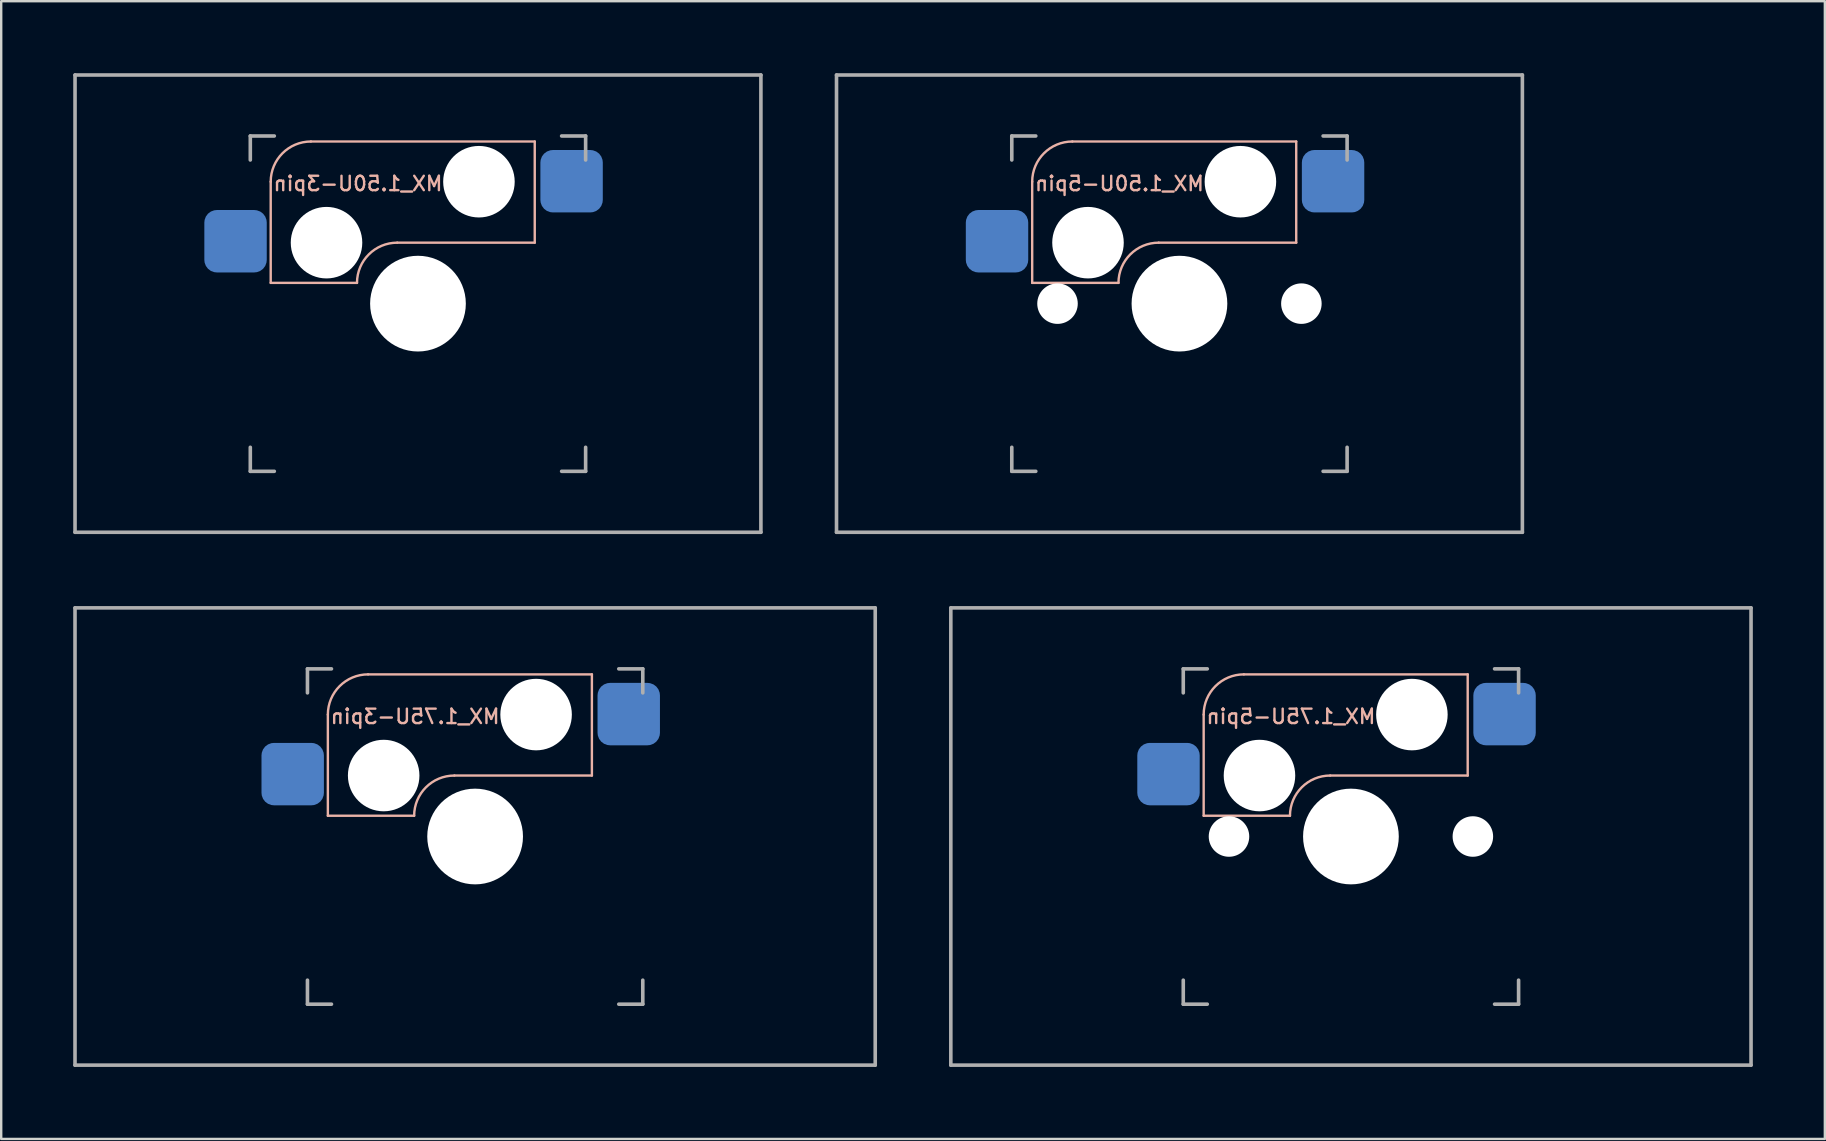
<source format=kicad_pcb>
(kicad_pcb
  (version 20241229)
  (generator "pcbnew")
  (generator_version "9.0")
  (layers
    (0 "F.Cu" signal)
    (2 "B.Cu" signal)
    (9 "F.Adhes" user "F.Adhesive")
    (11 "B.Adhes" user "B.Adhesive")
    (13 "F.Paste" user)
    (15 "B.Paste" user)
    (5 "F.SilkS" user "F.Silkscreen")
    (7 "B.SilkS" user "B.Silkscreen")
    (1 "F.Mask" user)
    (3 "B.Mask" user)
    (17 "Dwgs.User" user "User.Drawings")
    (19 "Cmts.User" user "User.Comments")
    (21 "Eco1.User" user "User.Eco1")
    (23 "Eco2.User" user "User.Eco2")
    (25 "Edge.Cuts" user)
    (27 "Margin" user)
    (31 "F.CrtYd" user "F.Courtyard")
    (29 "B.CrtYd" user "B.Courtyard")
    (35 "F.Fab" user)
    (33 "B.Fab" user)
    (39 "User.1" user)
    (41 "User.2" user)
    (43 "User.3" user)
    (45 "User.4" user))
  (footprint "MX_1.50U-3pin"
    (layer "F.Cu")
    (at 14.363 9.6)
    (property "Reference" "MX_1.50U-3pin" (at -2.5 -5 0) (layer "B.SilkS") (effects (font (size 0.6 0.6) (thickness 0.1)) (justify mirror)))
    (attr smd)
    (fp_line (start -6.135 -5.08) (end -6.135 -0.865) (stroke (width 0.1) (type solid)) (layer "B.SilkS"))
    (fp_line (start -6.135 -0.865) (end -2.54 -0.865) (stroke (width 0.1) (type solid)) (layer "B.SilkS"))
    (fp_line (start -4.46 -6.755) (end 4.865 -6.755) (stroke (width 0.1) (type solid)) (layer "B.SilkS"))
    (fp_line (start -0.865 -2.54) (end 4.865 -2.54) (stroke (width 0.1) (type solid)) (layer "B.SilkS"))
    (fp_line (start 4.865 -6.755) (end 4.865 -2.54) (stroke (width 0.1) (type solid)) (layer "B.SilkS"))
    (fp_arc (start -6.135 -5.08) (mid -5.644404 -6.264404) (end -4.46 -6.755) (stroke (width 0.1) (type solid)) (layer "B.SilkS"))
    (fp_arc (start -2.54 -0.865) (mid -2.049404 -2.049404) (end -0.865 -2.54) (stroke (width 0.1) (type solid)) (layer "B.SilkS"))
    (fp_line (start -6.985 6.985) (end -6.985 -6.985) (stroke (width 0.15) (type solid)) (layer "Eco2.User"))
    (fp_line (start -6.985 6.985) (end 6.985 6.985) (stroke (width 0.15) (type solid)) (layer "Eco2.User"))
    (fp_line (start 6.985 -6.985) (end -6.985 -6.985) (stroke (width 0.15) (type solid)) (layer "Eco2.User"))
    (fp_line (start 6.985 -6.985) (end 6.985 6.985) (stroke (width 0.15) (type solid)) (layer "Eco2.User"))
    (fp_line (start -14.287 -9.525) (end 14.287 -9.525) (stroke (width 0.15) (type solid)) (layer "F.Fab"))
    (fp_line (start -14.287 9.525) (end -14.287 -9.525) (stroke (width 0.15) (type solid)) (layer "F.Fab"))
    (fp_line (start -6.985 -5.985) (end -6.985 -6.985) (stroke (width 0.15) (type solid)) (layer "F.Fab"))
    (fp_line (start -6.985 6.985) (end -6.985 5.985) (stroke (width 0.15) (type solid)) (layer "F.Fab"))
    (fp_line (start -6.985 6.985) (end -5.985 6.985) (stroke (width 0.15) (type solid)) (layer "F.Fab"))
    (fp_line (start -5.985 -6.985) (end -6.985 -6.985) (stroke (width 0.15) (type solid)) (layer "F.Fab"))
    (fp_line (start 5.985 6.985) (end 6.985 6.985) (stroke (width 0.15) (type solid)) (layer "F.Fab"))
    (fp_line (start 6.985 -6.985) (end 5.985 -6.985) (stroke (width 0.15) (type solid)) (layer "F.Fab"))
    (fp_line (start 6.985 -6.985) (end 6.985 -5.985) (stroke (width 0.15) (type solid)) (layer "F.Fab"))
    (fp_line (start 6.985 5.985) (end 6.985 6.985) (stroke (width 0.15) (type solid)) (layer "F.Fab"))
    (fp_line (start 14.287 -9.525) (end 14.287 9.525) (stroke (width 0.15) (type solid)) (layer "F.Fab"))
    (fp_line (start 14.287 9.525) (end -14.287 9.525) (stroke (width 0.15) (type solid)) (layer "F.Fab"))
    (pad "" np_thru_hole circle (at -3.81 -2.54) (size 2.98 2.98) (drill 2.98) (layers "*.Cu" "*.Mask"))
    (pad "" np_thru_hole circle (at 0 0) (size 3.988 3.988) (drill 3.988) (layers "*.Cu" "*.Mask"))
    (pad "" np_thru_hole circle (at 2.54 -5.08) (size 2.98 2.98) (drill 2.98) (layers "*.Cu" "*.Mask"))
    (pad "1" smd roundrect (at 6.4 -5.1) (size 2.6 2.6) (layers "B.Cu" "B.Mask" "B.Paste") (roundrect_rratio 0.2))
    (pad "2" smd roundrect (at -7.6 -2.6) (size 2.6 2.6) (layers "B.Cu" "B.Mask" "B.Paste") (roundrect_rratio 0.2)))
  (footprint "MX_1.50U-5pin"
    (layer "F.Cu")
    (at 46.087 9.6)
    (property "Reference" "MX_1.50U-5pin" (at -2.5 -5 0) (layer "B.SilkS") (effects (font (size 0.6 0.6) (thickness 0.1)) (justify mirror)))
    (attr smd)
    (fp_line (start -6.135 -5.08) (end -6.135 -0.865) (stroke (width 0.1) (type solid)) (layer "B.SilkS"))
    (fp_line (start -6.135 -0.865) (end -2.54 -0.865) (stroke (width 0.1) (type solid)) (layer "B.SilkS"))
    (fp_line (start -4.46 -6.755) (end 4.865 -6.755) (stroke (width 0.1) (type solid)) (layer "B.SilkS"))
    (fp_line (start -0.865 -2.54) (end 4.865 -2.54) (stroke (width 0.1) (type solid)) (layer "B.SilkS"))
    (fp_line (start 4.865 -6.755) (end 4.865 -2.54) (stroke (width 0.1) (type solid)) (layer "B.SilkS"))
    (fp_arc (start -6.135 -5.08) (mid -5.644404 -6.264404) (end -4.46 -6.755) (stroke (width 0.1) (type solid)) (layer "B.SilkS"))
    (fp_arc (start -2.54 -0.865) (mid -2.049404 -2.049404) (end -0.865 -2.54) (stroke (width 0.1) (type solid)) (layer "B.SilkS"))
    (fp_line (start -6.985 6.985) (end -6.985 -6.985) (stroke (width 0.15) (type solid)) (layer "Eco2.User"))
    (fp_line (start -6.985 6.985) (end 6.985 6.985) (stroke (width 0.15) (type solid)) (layer "Eco2.User"))
    (fp_line (start 6.985 -6.985) (end -6.985 -6.985) (stroke (width 0.15) (type solid)) (layer "Eco2.User"))
    (fp_line (start 6.985 -6.985) (end 6.985 6.985) (stroke (width 0.15) (type solid)) (layer "Eco2.User"))
    (fp_line (start -14.287 -9.525) (end 14.287 -9.525) (stroke (width 0.15) (type solid)) (layer "F.Fab"))
    (fp_line (start -14.287 9.525) (end -14.287 -9.525) (stroke (width 0.15) (type solid)) (layer "F.Fab"))
    (fp_line (start -6.985 -5.985) (end -6.985 -6.985) (stroke (width 0.15) (type solid)) (layer "F.Fab"))
    (fp_line (start -6.985 6.985) (end -6.985 5.985) (stroke (width 0.15) (type solid)) (layer "F.Fab"))
    (fp_line (start -6.985 6.985) (end -5.985 6.985) (stroke (width 0.15) (type solid)) (layer "F.Fab"))
    (fp_line (start -5.985 -6.985) (end -6.985 -6.985) (stroke (width 0.15) (type solid)) (layer "F.Fab"))
    (fp_line (start 5.985 6.985) (end 6.985 6.985) (stroke (width 0.15) (type solid)) (layer "F.Fab"))
    (fp_line (start 6.985 -6.985) (end 5.985 -6.985) (stroke (width 0.15) (type solid)) (layer "F.Fab"))
    (fp_line (start 6.985 -6.985) (end 6.985 -5.985) (stroke (width 0.15) (type solid)) (layer "F.Fab"))
    (fp_line (start 6.985 5.985) (end 6.985 6.985) (stroke (width 0.15) (type solid)) (layer "F.Fab"))
    (fp_line (start 14.287 -9.525) (end 14.287 9.525) (stroke (width 0.15) (type solid)) (layer "F.Fab"))
    (fp_line (start 14.287 9.525) (end -14.287 9.525) (stroke (width 0.15) (type solid)) (layer "F.Fab"))
    (pad "" np_thru_hole circle (at -5.08 0) (size 1.688 1.688) (drill 1.688) (layers "*.Cu" "*.Mask"))
    (pad "" np_thru_hole circle (at -3.81 -2.54) (size 2.98 2.98) (drill 2.98) (layers "*.Cu" "*.Mask"))
    (pad "" np_thru_hole circle (at 0 0) (size 3.988 3.988) (drill 3.988) (layers "*.Cu" "*.Mask"))
    (pad "" np_thru_hole circle (at 2.54 -5.08) (size 2.98 2.98) (drill 2.98) (layers "*.Cu" "*.Mask"))
    (pad "" np_thru_hole circle (at 5.08 0) (size 1.688 1.688) (drill 1.688) (layers "*.Cu" "*.Mask"))
    (pad "1" smd roundrect (at 6.4 -5.1) (size 2.6 2.6) (layers "B.Cu" "B.Mask" "B.Paste") (roundrect_rratio 0.2))
    (pad "2" smd roundrect (at -7.6 -2.6) (size 2.6 2.6) (layers "B.Cu" "B.Mask" "B.Paste") (roundrect_rratio 0.2)))
  (footprint "MX_1.75U-5pin"
    (layer "F.Cu")
    (at 53.231 31.8)
    (property "Reference" "MX_1.75U-5pin" (at -2.5 -5 0) (layer "B.SilkS") (effects (font (size 0.6 0.6) (thickness 0.1)) (justify mirror)))
    (attr smd)
    (fp_line (start -6.135 -5.08) (end -6.135 -0.865) (stroke (width 0.1) (type solid)) (layer "B.SilkS"))
    (fp_line (start -6.135 -0.865) (end -2.54 -0.865) (stroke (width 0.1) (type solid)) (layer "B.SilkS"))
    (fp_line (start -4.46 -6.755) (end 4.865 -6.755) (stroke (width 0.1) (type solid)) (layer "B.SilkS"))
    (fp_line (start -0.865 -2.54) (end 4.865 -2.54) (stroke (width 0.1) (type solid)) (layer "B.SilkS"))
    (fp_line (start 4.865 -6.755) (end 4.865 -2.54) (stroke (width 0.1) (type solid)) (layer "B.SilkS"))
    (fp_arc (start -6.135 -5.08) (mid -5.644404 -6.264404) (end -4.46 -6.755) (stroke (width 0.1) (type solid)) (layer "B.SilkS"))
    (fp_arc (start -2.54 -0.865) (mid -2.049404 -2.049404) (end -0.865 -2.54) (stroke (width 0.1) (type solid)) (layer "B.SilkS"))
    (fp_line (start -6.985 6.985) (end -6.985 -6.985) (stroke (width 0.15) (type solid)) (layer "Eco2.User"))
    (fp_line (start -6.985 6.985) (end 6.985 6.985) (stroke (width 0.15) (type solid)) (layer "Eco2.User"))
    (fp_line (start 6.985 -6.985) (end -6.985 -6.985) (stroke (width 0.15) (type solid)) (layer "Eco2.User"))
    (fp_line (start 6.985 -6.985) (end 6.985 6.985) (stroke (width 0.15) (type solid)) (layer "Eco2.User"))
    (fp_line (start -16.669 -9.525) (end 16.669 -9.525) (stroke (width 0.15) (type solid)) (layer "F.Fab"))
    (fp_line (start -16.669 9.525) (end -16.669 -9.525) (stroke (width 0.15) (type solid)) (layer "F.Fab"))
    (fp_line (start -6.985 -5.985) (end -6.985 -6.985) (stroke (width 0.15) (type solid)) (layer "F.Fab"))
    (fp_line (start -6.985 6.985) (end -6.985 5.985) (stroke (width 0.15) (type solid)) (layer "F.Fab"))
    (fp_line (start -6.985 6.985) (end -5.985 6.985) (stroke (width 0.15) (type solid)) (layer "F.Fab"))
    (fp_line (start -5.985 -6.985) (end -6.985 -6.985) (stroke (width 0.15) (type solid)) (layer "F.Fab"))
    (fp_line (start 5.985 6.985) (end 6.985 6.985) (stroke (width 0.15) (type solid)) (layer "F.Fab"))
    (fp_line (start 6.985 -6.985) (end 5.985 -6.985) (stroke (width 0.15) (type solid)) (layer "F.Fab"))
    (fp_line (start 6.985 -6.985) (end 6.985 -5.985) (stroke (width 0.15) (type solid)) (layer "F.Fab"))
    (fp_line (start 6.985 5.985) (end 6.985 6.985) (stroke (width 0.15) (type solid)) (layer "F.Fab"))
    (fp_line (start 16.669 -9.525) (end 16.669 9.525) (stroke (width 0.15) (type solid)) (layer "F.Fab"))
    (fp_line (start 16.669 9.525) (end -16.669 9.525) (stroke (width 0.15) (type solid)) (layer "F.Fab"))
    (pad "" np_thru_hole circle (at -5.08 0) (size 1.688 1.688) (drill 1.688) (layers "*.Cu" "*.Mask"))
    (pad "" np_thru_hole circle (at -3.81 -2.54) (size 2.98 2.98) (drill 2.98) (layers "*.Cu" "*.Mask"))
    (pad "" np_thru_hole circle (at 0 0) (size 3.988 3.988) (drill 3.988) (layers "*.Cu" "*.Mask"))
    (pad "" np_thru_hole circle (at 2.54 -5.08) (size 2.98 2.98) (drill 2.98) (layers "*.Cu" "*.Mask"))
    (pad "" np_thru_hole circle (at 5.08 0) (size 1.688 1.688) (drill 1.688) (layers "*.Cu" "*.Mask"))
    (pad "1" smd roundrect (at 6.4 -5.1) (size 2.6 2.6) (layers "B.Cu" "B.Mask" "B.Paste") (roundrect_rratio 0.2))
    (pad "2" smd roundrect (at -7.6 -2.6) (size 2.6 2.6) (layers "B.Cu" "B.Mask" "B.Paste") (roundrect_rratio 0.2)))
  (footprint "MX_1.75U-3pin"
    (layer "F.Cu")
    (at 16.744 31.8)
    (property "Reference" "MX_1.75U-3pin" (at -2.5 -5 0) (layer "B.SilkS") (effects (font (size 0.6 0.6) (thickness 0.1)) (justify mirror)))
    (attr smd)
    (fp_line (start -6.135 -5.08) (end -6.135 -0.865) (stroke (width 0.1) (type solid)) (layer "B.SilkS"))
    (fp_line (start -6.135 -0.865) (end -2.54 -0.865) (stroke (width 0.1) (type solid)) (layer "B.SilkS"))
    (fp_line (start -4.46 -6.755) (end 4.865 -6.755) (stroke (width 0.1) (type solid)) (layer "B.SilkS"))
    (fp_line (start -0.865 -2.54) (end 4.865 -2.54) (stroke (width 0.1) (type solid)) (layer "B.SilkS"))
    (fp_line (start 4.865 -6.755) (end 4.865 -2.54) (stroke (width 0.1) (type solid)) (layer "B.SilkS"))
    (fp_arc (start -6.135 -5.08) (mid -5.644404 -6.264404) (end -4.46 -6.755) (stroke (width 0.1) (type solid)) (layer "B.SilkS"))
    (fp_arc (start -2.54 -0.865) (mid -2.049404 -2.049404) (end -0.865 -2.54) (stroke (width 0.1) (type solid)) (layer "B.SilkS"))
    (fp_line (start -6.985 6.985) (end -6.985 -6.985) (stroke (width 0.15) (type solid)) (layer "Eco2.User"))
    (fp_line (start -6.985 6.985) (end 6.985 6.985) (stroke (width 0.15) (type solid)) (layer "Eco2.User"))
    (fp_line (start 6.985 -6.985) (end -6.985 -6.985) (stroke (width 0.15) (type solid)) (layer "Eco2.User"))
    (fp_line (start 6.985 -6.985) (end 6.985 6.985) (stroke (width 0.15) (type solid)) (layer "Eco2.User"))
    (fp_line (start -16.669 -9.525) (end 16.669 -9.525) (stroke (width 0.15) (type solid)) (layer "F.Fab"))
    (fp_line (start -16.669 9.525) (end -16.669 -9.525) (stroke (width 0.15) (type solid)) (layer "F.Fab"))
    (fp_line (start -6.985 -5.985) (end -6.985 -6.985) (stroke (width 0.15) (type solid)) (layer "F.Fab"))
    (fp_line (start -6.985 6.985) (end -6.985 5.985) (stroke (width 0.15) (type solid)) (layer "F.Fab"))
    (fp_line (start -6.985 6.985) (end -5.985 6.985) (stroke (width 0.15) (type solid)) (layer "F.Fab"))
    (fp_line (start -5.985 -6.985) (end -6.985 -6.985) (stroke (width 0.15) (type solid)) (layer "F.Fab"))
    (fp_line (start 5.985 6.985) (end 6.985 6.985) (stroke (width 0.15) (type solid)) (layer "F.Fab"))
    (fp_line (start 6.985 -6.985) (end 5.985 -6.985) (stroke (width 0.15) (type solid)) (layer "F.Fab"))
    (fp_line (start 6.985 -6.985) (end 6.985 -5.985) (stroke (width 0.15) (type solid)) (layer "F.Fab"))
    (fp_line (start 6.985 5.985) (end 6.985 6.985) (stroke (width 0.15) (type solid)) (layer "F.Fab"))
    (fp_line (start 16.669 -9.525) (end 16.669 9.525) (stroke (width 0.15) (type solid)) (layer "F.Fab"))
    (fp_line (start 16.669 9.525) (end -16.669 9.525) (stroke (width 0.15) (type solid)) (layer "F.Fab"))
    (pad "" np_thru_hole circle (at -3.81 -2.54) (size 2.98 2.98) (drill 2.98) (layers "*.Cu" "*.Mask"))
    (pad "" np_thru_hole circle (at 0 0) (size 3.988 3.988) (drill 3.988) (layers "*.Cu" "*.Mask"))
    (pad "" np_thru_hole circle (at 2.54 -5.08) (size 2.98 2.98) (drill 2.98) (layers "*.Cu" "*.Mask"))
    (pad "1" smd roundrect (at 6.4 -5.1) (size 2.6 2.6) (layers "B.Cu" "B.Mask" "B.Paste") (roundrect_rratio 0.2))
    (pad "2" smd roundrect (at -7.6 -2.6) (size 2.6 2.6) (layers "B.Cu" "B.Mask" "B.Paste") (roundrect_rratio 0.2)))
  (gr_rect
    (start -3 -3)
    (end 72.975 44.4)
    (stroke (width 0.1) (type default))
    (fill no)
    (layer "Edge.Cuts")))
</source>
